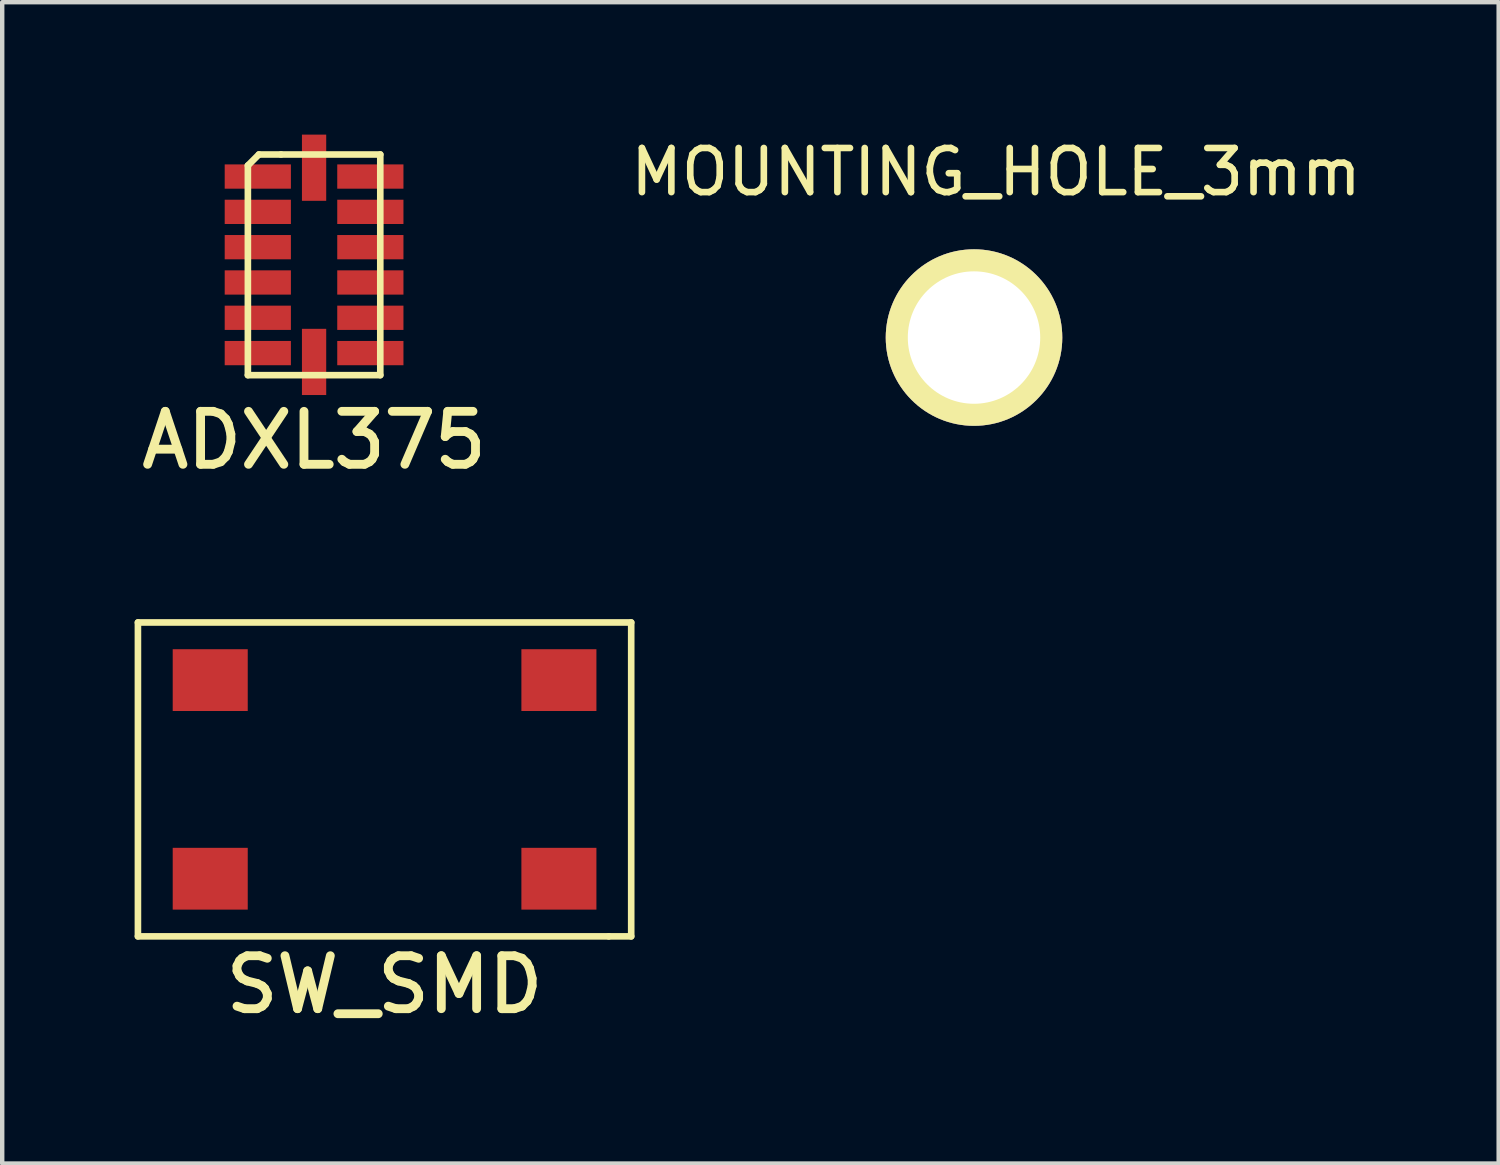
<source format=kicad_pcb>
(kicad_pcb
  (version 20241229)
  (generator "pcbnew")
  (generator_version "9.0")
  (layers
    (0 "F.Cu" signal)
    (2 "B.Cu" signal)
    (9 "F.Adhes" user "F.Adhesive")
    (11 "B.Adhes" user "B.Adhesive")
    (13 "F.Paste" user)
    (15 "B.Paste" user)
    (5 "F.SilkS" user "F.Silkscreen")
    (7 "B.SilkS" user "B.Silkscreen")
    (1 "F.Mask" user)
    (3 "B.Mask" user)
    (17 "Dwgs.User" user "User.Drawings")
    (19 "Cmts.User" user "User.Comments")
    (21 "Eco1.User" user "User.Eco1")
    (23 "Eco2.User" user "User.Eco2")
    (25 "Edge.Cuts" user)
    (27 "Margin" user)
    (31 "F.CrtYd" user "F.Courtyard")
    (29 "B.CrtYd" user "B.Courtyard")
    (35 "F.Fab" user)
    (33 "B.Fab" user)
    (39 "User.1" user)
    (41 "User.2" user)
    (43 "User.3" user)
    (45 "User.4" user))
  (footprint "SW_SMD"
    (layer "F.Cu")
    (at 5.663 14.609)
    (property "Reference" "SW_SMD" (at 0 4.65 0) (layer "F.SilkS") (effects (font (size 1.2 1.2) (thickness 0.2))))
    (attr through_hole)
    (fp_line (start -5.588 -3.556) (end 5.588 -3.556) (stroke (width 0.15) (type solid)) (layer "F.SilkS"))
    (fp_line (start -5.588 3.556) (end -5.588 -3.556) (stroke (width 0.15) (type solid)) (layer "F.SilkS"))
    (fp_line (start 5.08 3.556) (end -5.588 3.556) (stroke (width 0.15) (type solid)) (layer "F.SilkS"))
    (fp_line (start 5.588 -3.556) (end 5.588 3.556) (stroke (width 0.15) (type solid)) (layer "F.SilkS"))
    (fp_line (start 5.588 3.556) (end 5.08 3.556) (stroke (width 0.15) (type solid)) (layer "F.SilkS"))
    (pad "1" smd rect (at -3.95 -2.25) (size 1.7 1.4) (layers "F.Cu" "F.Mask" "F.Paste"))
    (pad "2" smd rect (at 3.95 -2.25) (size 1.7 1.4) (layers "F.Cu" "F.Mask" "F.Paste"))
    (pad "3" smd rect (at -3.95 2.25) (size 1.7 1.4) (layers "F.Cu" "F.Mask" "F.Paste"))
    (pad "4" smd rect (at 3.95 2.25) (size 1.7 1.4) (layers "F.Cu" "F.Mask" "F.Paste")))
  (footprint "ADXL375"
    (layer "F.Cu")
    (at 4.066 2.95)
    (property "Reference" "ADXL375" (at 0 3.975 0) (layer "F.SilkS") (effects (font (size 1.2 1.2) (thickness 0.2))))
    (attr through_hole)
    (fp_line (start -1.5 -2.25) (end -1.5 2.5) (stroke (width 0.15) (type solid)) (layer "F.SilkS"))
    (fp_line (start -1.5 2.5) (end 1.5 2.5) (stroke (width 0.15) (type solid)) (layer "F.SilkS"))
    (fp_line (start -1.25 -2.5) (end -1.5 -2.25) (stroke (width 0.15) (type solid)) (layer "F.SilkS"))
    (fp_line (start -0.75 -2.5) (end -1.25 -2.5) (stroke (width 0.15) (type solid)) (layer "F.SilkS"))
    (fp_line (start 1.5 -2.5) (end -0.75 -2.5) (stroke (width 0.15) (type solid)) (layer "F.SilkS"))
    (fp_line (start 1.5 2.5) (end 1.5 -2.5) (stroke (width 0.15) (type solid)) (layer "F.SilkS"))
    (pad "1" smd rect (at -1.275 -2) (size 1.5 0.55) (layers "F.Cu" "F.Mask" "F.Paste"))
    (pad "2" smd rect (at -1.275 -1.2) (size 1.5 0.55) (layers "F.Cu" "F.Mask" "F.Paste"))
    (pad "3" smd rect (at -1.275 -0.4) (size 1.5 0.55) (layers "F.Cu" "F.Mask" "F.Paste"))
    (pad "4" smd rect (at -1.275 0.4) (size 1.5 0.55) (layers "F.Cu" "F.Mask" "F.Paste"))
    (pad "5" smd rect (at -1.275 1.2) (size 1.5 0.55) (layers "F.Cu" "F.Mask" "F.Paste"))
    (pad "6" smd rect (at -1.275 2) (size 1.5 0.55) (layers "F.Cu" "F.Mask" "F.Paste"))
    (pad "7" smd rect (at 0 2.2) (size 0.55 1.5) (layers "F.Cu" "F.Mask" "F.Paste"))
    (pad "8" smd rect (at 1.275 2) (size 1.5 0.55) (layers "F.Cu" "F.Mask" "F.Paste"))
    (pad "9" smd rect (at 1.275 1.2) (size 1.5 0.55) (layers "F.Cu" "F.Mask" "F.Paste"))
    (pad "10" smd rect (at 1.275 0.4) (size 1.5 0.55) (layers "F.Cu" "F.Mask" "F.Paste"))
    (pad "11" smd rect (at 1.275 -0.4) (size 1.5 0.55) (layers "F.Cu" "F.Mask" "F.Paste"))
    (pad "12" smd rect (at 1.275 -1.2) (size 1.5 0.55) (layers "F.Cu" "F.Mask" "F.Paste"))
    (pad "13" smd rect (at 1.275 -2) (size 1.5 0.55) (layers "F.Cu" "F.Mask" "F.Paste"))
    (pad "14" smd rect (at 0 -2.2) (size 0.55 1.5) (layers "F.Cu" "F.Mask" "F.Paste")))
  (footprint "MOUNTING_HOLE_3mm"
    (layer "F.Cu")
    (at 19.018 4.598)
    (property "Reference" "MOUNTING_HOLE_3mm" (at 0.5 -3.75 0) (layer "F.SilkS") (effects (font (size 1 1) (thickness 0.15))))
    (attr through_hole)
    (pad "3" thru_hole circle (at 0 0) (size 4 4) (drill 3) (layers "*.Cu" "*.Mask" "F.SilkS")))
  (gr_rect
    (start -3 -3)
    (end 30.905 23.312)
    (stroke (width 0.1) (type default))
    (fill no)
    (layer "Edge.Cuts")))
</source>
